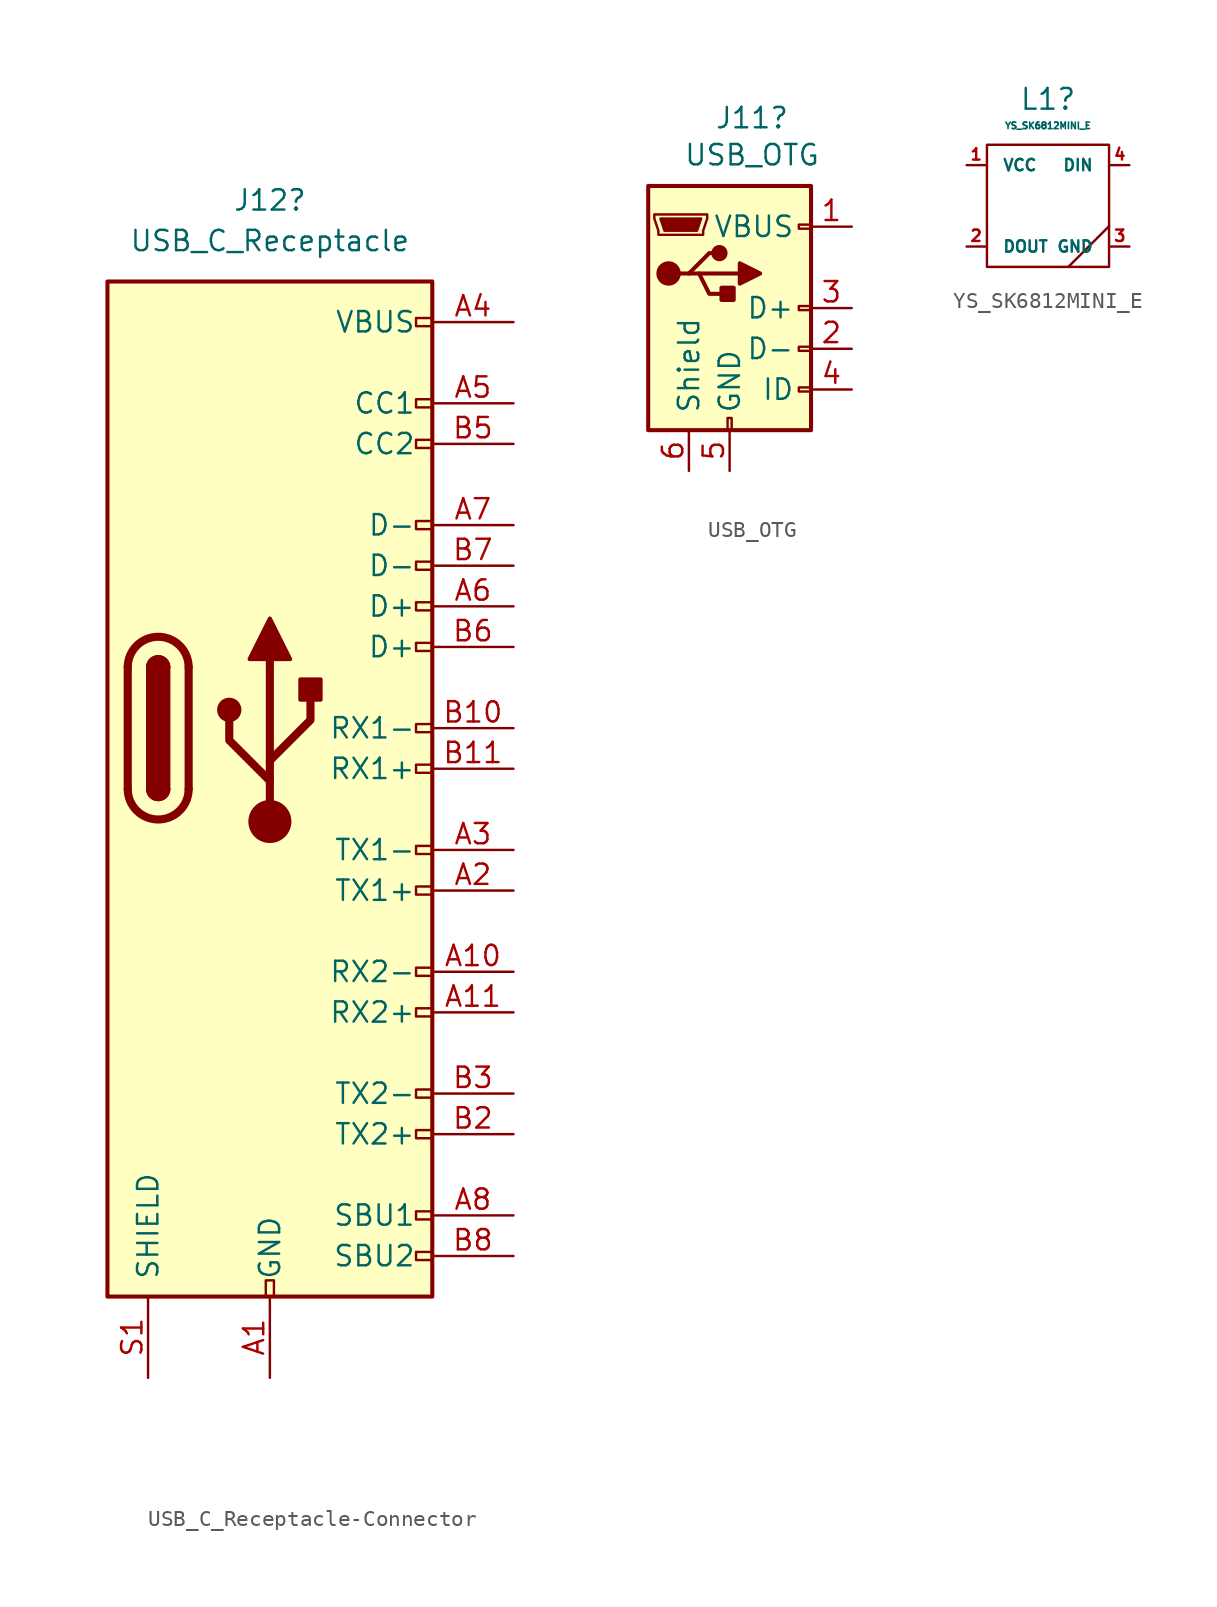
<source format=kicad_sym>
(kicad_symbol_lib
  (version 20201005)
  (generator kicad_symbol_editor)
  (symbol "#library:USB_C_Receptacle-Connector"
    (pin_names
      (offset 1.016))
    (property "Reference" "J12"
      (at 0 33.02 0)
      (effects (font (size 1.27 1.27))))
    (property "Value" "USB_C_Receptacle"
      (at 0 30.48 0)
      (effects (font (size 1.27 1.27))))
    (symbol "USB_C_Receptacle-Connector_0_0"
      (rectangle (start -0.254 -35.56) (end 0.254 -34.544) (stroke (width 0)) (fill (type none)))
      (rectangle (start 10.16 -32.766) (end 9.144 -33.274) (stroke (width 0)) (fill (type none)))
      (rectangle (start 10.16 -30.226) (end 9.144 -30.734) (stroke (width 0)) (fill (type none)))
      (rectangle (start 10.16 -25.146) (end 9.144 -25.654) (stroke (width 0)) (fill (type none)))
      (rectangle (start 10.16 -22.606) (end 9.144 -23.114) (stroke (width 0)) (fill (type none)))
      (rectangle (start 10.16 -17.526) (end 9.144 -18.034) (stroke (width 0)) (fill (type none)))
      (rectangle (start 10.16 -14.986) (end 9.144 -15.494) (stroke (width 0)) (fill (type none)))
      (rectangle (start 10.16 -9.906) (end 9.144 -10.414) (stroke (width 0)) (fill (type none)))
      (rectangle (start 10.16 -7.366) (end 9.144 -7.874) (stroke (width 0)) (fill (type none)))
      (rectangle (start 10.16 -2.286) (end 9.144 -2.794) (stroke (width 0)) (fill (type none)))
      (rectangle (start 10.16 0.254) (end 9.144 -0.254) (stroke (width 0)) (fill (type none)))
      (rectangle (start 10.16 5.334) (end 9.144 4.826) (stroke (width 0)) (fill (type none)))
      (rectangle (start 10.16 7.874) (end 9.144 7.366) (stroke (width 0)) (fill (type none)))
      (rectangle (start 10.16 10.414) (end 9.144 9.906) (stroke (width 0)) (fill (type none)))
      (rectangle (start 10.16 12.954) (end 9.144 12.446) (stroke (width 0)) (fill (type none)))
      (rectangle (start 10.16 18.034) (end 9.144 17.526) (stroke (width 0)) (fill (type none)))
      (rectangle (start 10.16 20.574) (end 9.144 20.066) (stroke (width 0)) (fill (type none)))
      (rectangle (start 10.16 25.654) (end 9.144 25.146) (stroke (width 0)) (fill (type none))))
    (symbol "USB_C_Receptacle-Connector_0_1"
      (arc (start -8.89 -3.81) (end -5.08 -3.81) (radius (at -6.985 -3.81) (length 1.905) (angles -179.9 -0.1)) (stroke (width 0.508)) (fill (type none)))
      (arc (start -7.62 -3.81) (end -6.35 -3.81) (radius (at -6.985 -3.81) (length 0.635) (angles -179.9 -0.1)) (stroke (width 0.254)) (fill (type none)))
      (arc (start -6.35 3.81) (end -7.62 3.81) (radius (at -6.985 3.81) (length 0.635) (angles 0.1 179.9)) (stroke (width 0.254)) (fill (type none)))
      (arc (start -5.08 3.81) (end -8.89 3.81) (radius (at -6.985 3.81) (length 1.905) (angles 0.1 179.9)) (stroke (width 0.508)) (fill (type none)))
      (arc (start -7.62 -3.81) (end -6.35 -3.81) (radius (at -6.985 -3.81) (length 0.635) (angles -179.9 -0.1)) (stroke (width 0.254)) (fill (type outline)))
      (arc (start -6.35 3.81) (end -7.62 3.81) (radius (at -6.985 3.81) (length 0.635) (angles 0.1 179.9)) (stroke (width 0.254)) (fill (type outline)))
      (rectangle (start -7.62 -3.81) (end -6.35 3.81) (stroke (width 0.254)) (fill (type outline)))
      (rectangle (start -10.16 27.94) (end 10.16 -35.56) (stroke (width 0.254)) (fill (type background)))
      (polyline (pts (xy -8.89 -3.81) (xy -8.89 3.81)) (stroke (width 0.508)) (fill (type none)))
      (polyline (pts (xy -5.08 3.81) (xy -5.08 -3.81)) (stroke (width 0.508)) (fill (type none))))
    (symbol "USB_C_Receptacle-Connector_1_1"
      (circle (center -2.54 1.143) (radius 0.635) (stroke (width 0.254)) (fill (type outline)))
      (circle (center 0 -5.842) (radius 1.27) (stroke (width 0)) (fill (type outline)))
      (rectangle (start 1.905 1.778) (end 3.175 3.048) (stroke (width 0.254)) (fill (type outline)))
      (polyline (pts (xy 0 -5.842) (xy 0 4.318)) (stroke (width 0.508)) (fill (type none)))
      (polyline (pts (xy 0 -3.302) (xy -2.54 -0.762) (xy -2.54 0.508)) (stroke (width 0.508)) (fill (type none)))
      (polyline (pts (xy 0 -2.032) (xy 2.54 0.508) (xy 2.54 1.778)) (stroke (width 0.508)) (fill (type none)))
      (polyline (pts (xy -1.27 4.318) (xy 0 6.858) (xy 1.27 4.318) (xy -1.27 4.318)) (stroke (width 0.254)) (fill (type outline)))
      (pin passive line (at 0 -40.64 90) (length 5.08) (name "GND" (effects (font (size 1.27 1.27)))) (number "A1" (effects (font (size 1.27 1.27)))))
      (pin bidirectional line (at 15.24 -15.24 180) (length 5.08) (name "RX2-" (effects (font (size 1.27 1.27)))) (number "A10" (effects (font (size 1.27 1.27)))))
      (pin bidirectional line (at 15.24 -17.78 180) (length 5.08) (name "RX2+" (effects (font (size 1.27 1.27)))) (number "A11" (effects (font (size 1.27 1.27)))))
      (pin passive line (at 0 -40.64 90) (length 5.08) hide (name "GND" (effects (font (size 1.27 1.27)))) (number "A12" (effects (font (size 1.27 1.27)))))
      (pin bidirectional line (at 15.24 -10.16 180) (length 5.08) (name "TX1+" (effects (font (size 1.27 1.27)))) (number "A2" (effects (font (size 1.27 1.27)))))
      (pin bidirectional line (at 15.24 -7.62 180) (length 5.08) (name "TX1-" (effects (font (size 1.27 1.27)))) (number "A3" (effects (font (size 1.27 1.27)))))
      (pin passive line (at 15.24 25.4 180) (length 5.08) (name "VBUS" (effects (font (size 1.27 1.27)))) (number "A4" (effects (font (size 1.27 1.27)))))
      (pin bidirectional line (at 15.24 20.32 180) (length 5.08) (name "CC1" (effects (font (size 1.27 1.27)))) (number "A5" (effects (font (size 1.27 1.27)))))
      (pin bidirectional line (at 15.24 7.62 180) (length 5.08) (name "D+" (effects (font (size 1.27 1.27)))) (number "A6" (effects (font (size 1.27 1.27)))))
      (pin bidirectional line (at 15.24 12.7 180) (length 5.08) (name "D-" (effects (font (size 1.27 1.27)))) (number "A7" (effects (font (size 1.27 1.27)))))
      (pin bidirectional line (at 15.24 -30.48 180) (length 5.08) (name "SBU1" (effects (font (size 1.27 1.27)))) (number "A8" (effects (font (size 1.27 1.27)))))
      (pin passive line (at 15.24 25.4 180) (length 5.08) hide (name "VBUS" (effects (font (size 1.27 1.27)))) (number "A9" (effects (font (size 1.27 1.27)))))
      (pin passive line (at 0 -40.64 90) (length 5.08) hide (name "GND" (effects (font (size 1.27 1.27)))) (number "B1" (effects (font (size 1.27 1.27)))))
      (pin bidirectional line (at 15.24 0 180) (length 5.08) (name "RX1-" (effects (font (size 1.27 1.27)))) (number "B10" (effects (font (size 1.27 1.27)))))
      (pin bidirectional line (at 15.24 -2.54 180) (length 5.08) (name "RX1+" (effects (font (size 1.27 1.27)))) (number "B11" (effects (font (size 1.27 1.27)))))
      (pin passive line (at 0 -40.64 90) (length 5.08) hide (name "GND" (effects (font (size 1.27 1.27)))) (number "B12" (effects (font (size 1.27 1.27)))))
      (pin bidirectional line (at 15.24 -25.4 180) (length 5.08) (name "TX2+" (effects (font (size 1.27 1.27)))) (number "B2" (effects (font (size 1.27 1.27)))))
      (pin bidirectional line (at 15.24 -22.86 180) (length 5.08) (name "TX2-" (effects (font (size 1.27 1.27)))) (number "B3" (effects (font (size 1.27 1.27)))))
      (pin passive line (at 15.24 25.4 180) (length 5.08) hide (name "VBUS" (effects (font (size 1.27 1.27)))) (number "B4" (effects (font (size 1.27 1.27)))))
      (pin bidirectional line (at 15.24 17.78 180) (length 5.08) (name "CC2" (effects (font (size 1.27 1.27)))) (number "B5" (effects (font (size 1.27 1.27)))))
      (pin bidirectional line (at 15.24 5.08 180) (length 5.08) (name "D+" (effects (font (size 1.27 1.27)))) (number "B6" (effects (font (size 1.27 1.27)))))
      (pin bidirectional line (at 15.24 10.16 180) (length 5.08) (name "D-" (effects (font (size 1.27 1.27)))) (number "B7" (effects (font (size 1.27 1.27)))))
      (pin bidirectional line (at 15.24 -33.02 180) (length 5.08) (name "SBU2" (effects (font (size 1.27 1.27)))) (number "B8" (effects (font (size 1.27 1.27)))))
      (pin passive line (at 15.24 25.4 180) (length 5.08) hide (name "VBUS" (effects (font (size 1.27 1.27)))) (number "B9" (effects (font (size 1.27 1.27)))))
      (pin passive line (at -7.62 -40.64 90) (length 5.08) (name "SHIELD" (effects (font (size 1.27 1.27)))) (number "S1" (effects (font (size 1.27 1.27)))))))
  (symbol "#library:USB_OTG"
    (pin_names
      (offset 1.016))
    (property "Reference" "J11"
      (at 1.397 11.862 0)
      (effects (font (size 1.27 1.27))))
    (property "Value" "USB_OTG"
      (at 1.397 9.55 0)
      (effects (font (size 1.27 1.27))))
    (symbol "USB_OTG_0_1"
      (circle (center -3.81 2.159) (radius 0.635) (stroke (width 0.254)) (fill (type outline)))
      (circle (center -0.635 3.429) (radius 0.381) (stroke (width 0.254)) (fill (type outline)))
      (rectangle (start -0.127 -7.62) (end 0.127 -6.858) (stroke (width 0)) (fill (type none)))
      (rectangle (start 5.08 -5.207) (end 4.318 -4.953) (stroke (width 0)) (fill (type none)))
      (rectangle (start 5.08 -2.667) (end 4.318 -2.413) (stroke (width 0)) (fill (type none)))
      (rectangle (start 5.08 -0.127) (end 4.318 0.127) (stroke (width 0)) (fill (type none)))
      (rectangle (start 5.08 4.953) (end 4.318 5.207) (stroke (width 0)) (fill (type none)))
      (rectangle (start 0.254 1.27) (end -0.508 0.508) (stroke (width 0.254)) (fill (type outline)))
      (rectangle (start -5.08 -7.62) (end 5.08 7.62) (stroke (width 0.254)) (fill (type background)))
      (polyline (pts (xy -1.905 2.159) (xy 0.635 2.159)) (stroke (width 0.254)) (fill (type none)))
      (polyline (pts (xy -3.175 2.159) (xy -2.54 2.159) (xy -1.27 3.429) (xy -0.635 3.429)) (stroke (width 0.254)) (fill (type none)))
      (polyline (pts (xy -2.54 2.159) (xy -1.905 2.159) (xy -1.27 0.889) (xy 0 0.889)) (stroke (width 0.254)) (fill (type none)))
      (polyline (pts (xy -4.699 5.842) (xy -4.699 5.588) (xy -4.445 4.826) (xy -4.445 4.572) (xy -1.651 4.572) (xy -1.651 4.826) (xy -1.397 5.588) (xy -1.397 5.842) (xy -4.699 5.842)) (stroke (width 0)) (fill (type none)))
      (polyline (pts (xy 0.635 2.794) (xy 0.635 1.524) (xy 1.905 2.159) (xy 0.635 2.794)) (stroke (width 0.254)) (fill (type outline)))
      (polyline (pts (xy -4.318 5.588) (xy -1.778 5.588) (xy -2.032 4.826) (xy -4.064 4.826) (xy -4.318 5.588)) (stroke (width 0)) (fill (type outline))))
    (symbol "USB_OTG_1_1"
      (pin passive line (at 7.62 5.08 180) (length 2.54) (name "VBUS" (effects (font (size 1.27 1.27)))) (number "1" (effects (font (size 1.27 1.27)))))
      (pin passive line (at 7.62 -2.54 180) (length 2.54) (name "D-" (effects (font (size 1.27 1.27)))) (number "2" (effects (font (size 1.27 1.27)))))
      (pin passive line (at 7.62 0 180) (length 2.54) (name "D+" (effects (font (size 1.27 1.27)))) (number "3" (effects (font (size 1.27 1.27)))))
      (pin passive line (at 7.62 -5.08 180) (length 2.54) (name "ID" (effects (font (size 1.27 1.27)))) (number "4" (effects (font (size 1.27 1.27)))))
      (pin power_in line (at 0 -10.16 90) (length 2.54) (name "GND" (effects (font (size 1.27 1.27)))) (number "5" (effects (font (size 1.27 1.27)))))
      (pin passive line (at -2.54 -10.16 90) (length 2.54) (name "Shield" (effects (font (size 1.27 1.27)))) (number "6" (effects (font (size 1.27 1.27)))))))
  (symbol "#library:YS_SK6812MINI_E"
    (pin_names
      (offset 1.016))
    (property "Reference" "L1"
      (at 0 6.655 0)
      (effects (font (size 1.295 1.295))))
    (property "Value" "YS_SK6812MINI_E"
      (at 0 5.004 0)
      (effects (font (size 0.406 0.406))))
    (symbol "YS_SK6812MINI_E_0_1"
      (rectangle (start -3.81 3.81) (end 3.81 -3.81) (stroke (width 0)) (fill (type none)))
      (polyline (pts (xy 1.27 -3.81) (xy 3.81 -1.27)) (stroke (width 0)) (fill (type none))))
    (symbol "YS_SK6812MINI_E_1_1"
      (pin passive line (at -5.08 2.54 0) (length 1.194) (name "VCC" (effects (font (size 0.711 0.711)))) (number "1" (effects (font (size 0.711 0.711)))))
      (pin passive line (at -5.08 -2.54 0) (length 1.194) (name "DOUT" (effects (font (size 0.711 0.711)))) (number "2" (effects (font (size 0.711 0.711)))))
      (pin passive line (at 5.08 -2.54 180) (length 1.194) (name "GND" (effects (font (size 0.711 0.711)))) (number "3" (effects (font (size 0.711 0.711)))))
      (pin passive line (at 5.08 2.54 180) (length 1.194) (name "DIN" (effects (font (size 0.711 0.711)))) (number "4" (effects (font (size 0.711 0.711))))))))
</source>
